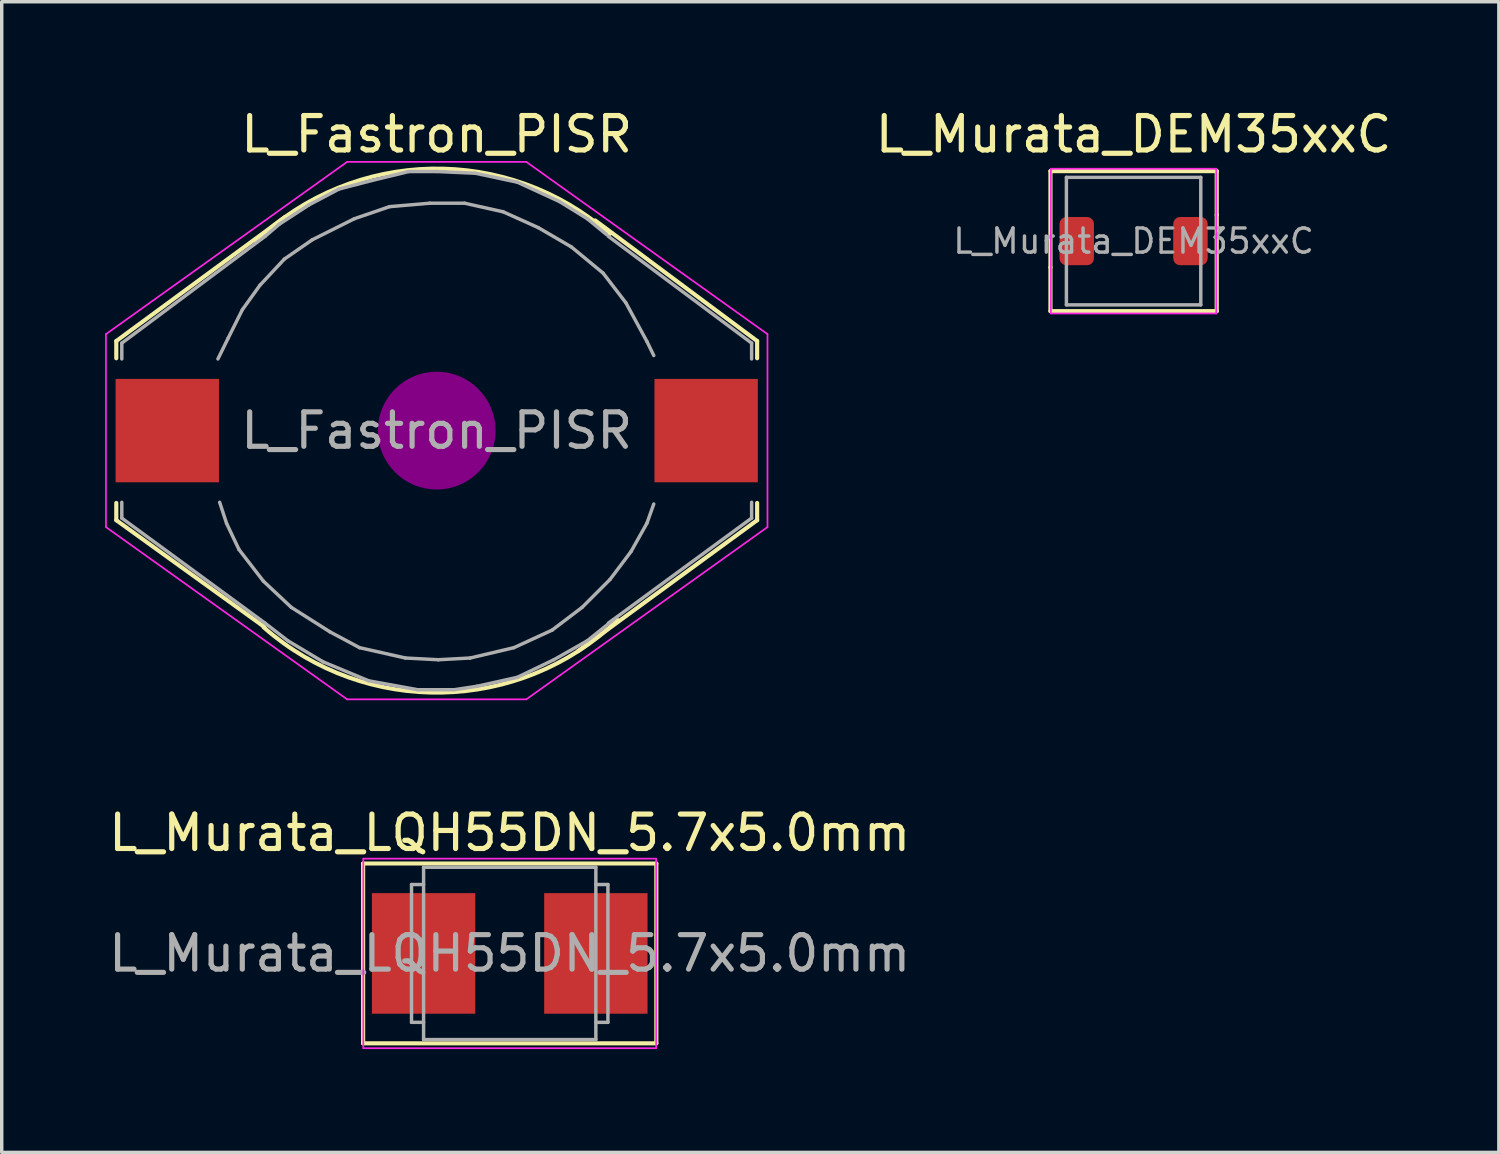
<source format=kicad_pcb>
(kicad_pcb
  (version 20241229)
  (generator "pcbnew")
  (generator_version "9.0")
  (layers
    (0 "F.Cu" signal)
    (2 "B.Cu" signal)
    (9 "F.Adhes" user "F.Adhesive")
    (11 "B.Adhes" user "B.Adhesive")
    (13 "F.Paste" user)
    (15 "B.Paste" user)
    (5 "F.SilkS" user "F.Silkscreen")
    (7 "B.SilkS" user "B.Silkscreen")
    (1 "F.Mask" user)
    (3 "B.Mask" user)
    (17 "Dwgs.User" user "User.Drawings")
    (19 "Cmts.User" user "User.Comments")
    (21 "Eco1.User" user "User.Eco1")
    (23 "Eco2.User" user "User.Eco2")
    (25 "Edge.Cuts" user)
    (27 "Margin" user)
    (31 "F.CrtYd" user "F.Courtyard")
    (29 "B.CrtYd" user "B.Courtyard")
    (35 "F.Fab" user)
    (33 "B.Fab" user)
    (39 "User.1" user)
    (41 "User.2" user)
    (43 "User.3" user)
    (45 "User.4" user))
  (footprint "L_Murata_LQH55DN_5.7x5.0mm"
    (layer "F.Cu")
    (at 11.744 24.622)
    (property "Reference" "L_Murata_LQH55DN_5.7x5.0mm" (at 0 -3.5 0) (layer "F.SilkS") (effects (font (size 1 1) (thickness 0.15))))
    (attr smd)
    (fp_line (start -4.255 -2.61) (end -4.255 2.61) (stroke (width 0.12) (type solid)) (layer "F.SilkS"))
    (fp_line (start -4.255 -2.61) (end 4.255 -2.61) (stroke (width 0.12) (type solid)) (layer "F.SilkS"))
    (fp_line (start -4.255 2.61) (end 4.255 2.61) (stroke (width 0.12) (type solid)) (layer "F.SilkS"))
    (fp_line (start 4.255 -2.61) (end 4.255 2.61) (stroke (width 0.12) (type solid)) (layer "F.SilkS"))
    (fp_line (start -4.25 -2.75) (end -4.25 2.75) (stroke (width 0.05) (type solid)) (layer "F.CrtYd"))
    (fp_line (start -4.25 2.75) (end 4.25 2.75) (stroke (width 0.05) (type solid)) (layer "F.CrtYd"))
    (fp_line (start 4.25 -2.75) (end -4.25 -2.75) (stroke (width 0.05) (type solid)) (layer "F.CrtYd"))
    (fp_line (start 4.25 2.75) (end 4.25 -2.75) (stroke (width 0.05) (type solid)) (layer "F.CrtYd"))
    (fp_line (start -2.85 -2) (end -2.85 2) (stroke (width 0.1) (type solid)) (layer "F.Fab"))
    (fp_line (start -2.85 -2) (end -2.5 -2) (stroke (width 0.1) (type solid)) (layer "F.Fab"))
    (fp_line (start -2.85 2) (end -2.5 2) (stroke (width 0.1) (type solid)) (layer "F.Fab"))
    (fp_line (start -2.5 -2.5) (end -2.5 2.5) (stroke (width 0.1) (type solid)) (layer "F.Fab"))
    (fp_line (start -2.5 -2.5) (end 2.5 -2.5) (stroke (width 0.1) (type solid)) (layer "F.Fab"))
    (fp_line (start -2.5 2.5) (end 2.5 2.5) (stroke (width 0.1) (type solid)) (layer "F.Fab"))
    (fp_line (start 2.5 -2.5) (end 2.5 2.5) (stroke (width 0.1) (type solid)) (layer "F.Fab"))
    (fp_line (start 2.85 -2) (end 2.5 -2) (stroke (width 0.1) (type solid)) (layer "F.Fab"))
    (fp_line (start 2.85 -2) (end 2.85 2) (stroke (width 0.1) (type solid)) (layer "F.Fab"))
    (fp_line (start 2.85 2) (end 2.5 2) (stroke (width 0.1) (type solid)) (layer "F.Fab"))
    (fp_text user "${REFERENCE}" (at 0 0 0) (layer "F.Fab") (effects (font (size 1 1) (thickness 0.15))))
    (pad "1" smd rect (at -2.5 0) (size 3 3.5) (layers "F.Cu" "F.Mask" "F.Paste"))
    (pad "2" smd rect (at 2.5 0) (size 3 3.5) (layers "F.Cu" "F.Mask" "F.Paste")))
  (footprint "L_Murata_DEM35xxC"
    (layer "F.Cu")
    (at 29.851 3.948)
    (property "Reference" "L_Murata_DEM35xxC" (at 0 -3.1 0) (layer "F.SilkS") (effects (font (size 1 1) (thickness 0.15))))
    (attr smd)
    (fp_line (start -2.413 -2.032) (end 2.413 -2.032) (stroke (width 0.12) (type solid)) (layer "F.SilkS"))
    (fp_line (start -2.413 0.762) (end -2.413 -2.032) (stroke (width 0.12) (type solid)) (layer "F.SilkS"))
    (fp_line (start -2.413 2.032) (end -2.413 0.762) (stroke (width 0.12) (type solid)) (layer "F.SilkS"))
    (fp_line (start 2.413 -2.032) (end 2.413 -0.762) (stroke (width 0.12) (type solid)) (layer "F.SilkS"))
    (fp_line (start 2.413 -0.762) (end 2.413 2.032) (stroke (width 0.12) (type solid)) (layer "F.SilkS"))
    (fp_line (start 2.413 2.032) (end -2.413 2.032) (stroke (width 0.12) (type solid)) (layer "F.SilkS"))
    (fp_line (start -2.4 -2.1) (end -2.4 2.1) (stroke (width 0.05) (type solid)) (layer "F.CrtYd"))
    (fp_line (start -2.4 2.1) (end 2.4 2.1) (stroke (width 0.05) (type solid)) (layer "F.CrtYd"))
    (fp_line (start 2.4 -2.1) (end -2.4 -2.1) (stroke (width 0.05) (type solid)) (layer "F.CrtYd"))
    (fp_line (start 2.4 2.1) (end 2.4 -2.1) (stroke (width 0.05) (type solid)) (layer "F.CrtYd"))
    (fp_line (start -1.95 -1.85) (end 1.95 -1.85) (stroke (width 0.1) (type solid)) (layer "F.Fab"))
    (fp_line (start -1.95 1.85) (end -1.95 -1.85) (stroke (width 0.1) (type solid)) (layer "F.Fab"))
    (fp_line (start 1.95 -1.85) (end 1.95 1.85) (stroke (width 0.1) (type solid)) (layer "F.Fab"))
    (fp_line (start 1.95 1.85) (end -1.95 1.85) (stroke (width 0.1) (type solid)) (layer "F.Fab"))
    (fp_text user "${REFERENCE}" (at 0 0 0) (layer "F.Fab") (effects (font (size 0.7 0.7) (thickness 0.1))))
    (pad "1" smd roundrect (at -1.65 0) (size 1 1.4) (layers "F.Cu" "F.Mask" "F.Paste") (roundrect_rratio 0.2))
    (pad "2" smd roundrect (at 1.65 0) (size 1 1.4) (layers "F.Cu" "F.Mask" "F.Paste") (roundrect_rratio 0.2)))
  (footprint "L_Fastron_PISR"
    (layer "F.Cu")
    (at 9.625 9.448)
    (property "Reference" "L_Fastron_PISR" (at 0 -8.6 0) (layer "F.SilkS") (effects (font (size 1 1) (thickness 0.15))))
    (attr smd)
    (fp_line (start -9.3 -2.6) (end -9.3 -2.1) (stroke (width 0.12) (type solid)) (layer "F.SilkS"))
    (fp_line (start -9.3 -2.6) (end -4.4 -6.2) (stroke (width 0.12) (type solid)) (layer "F.SilkS"))
    (fp_line (start -9.3 2.6) (end -9.3 2.1) (stroke (width 0.12) (type solid)) (layer "F.SilkS"))
    (fp_line (start -5 5.7) (end -9.3 2.6) (stroke (width 0.12) (type solid)) (layer "F.SilkS"))
    (fp_line (start 4.1 6.4) (end 9.3 2.6) (stroke (width 0.12) (type solid)) (layer "F.SilkS"))
    (fp_line (start 4.6 -6.1) (end 9.3 -2.6) (stroke (width 0.12) (type solid)) (layer "F.SilkS"))
    (fp_line (start 9.3 -2.6) (end 9.3 -2.1) (stroke (width 0.12) (type solid)) (layer "F.SilkS"))
    (fp_line (start 9.3 2.6) (end 9.3 2.1) (stroke (width 0.12) (type solid)) (layer "F.SilkS"))
    (fp_arc (start -5.25 -5.5) (mid -0.15496 -7.601874) (end 5.021503 -5.709379) (stroke (width 0.12) (type solid)) (layer "F.SilkS"))
    (fp_arc (start 5.25 5.5) (mid 0.15496 7.601874) (end -5.021503 5.709379) (stroke (width 0.12) (type solid)) (layer "F.SilkS"))
    (fp_line (start 0 -0.25) (end 0 0.25) (stroke (width 0.38) (type solid)) (layer "F.Adhes"))
    (fp_circle (center 0 0) (end 0 0.25) (stroke (width 0.38) (type solid)) (fill no) (layer "F.Adhes"))
    (fp_circle (center 0 0) (end 0 0.51) (stroke (width 0.38) (type solid)) (fill no) (layer "F.Adhes"))
    (fp_circle (center 0 0) (end 0 0.76) (stroke (width 0.38) (type solid)) (fill no) (layer "F.Adhes"))
    (fp_circle (center 0 0) (end 0 1.02) (stroke (width 0.38) (type solid)) (fill no) (layer "F.Adhes"))
    (fp_circle (center 0 0) (end 0 1.27) (stroke (width 0.38) (type solid)) (fill no) (layer "F.Adhes"))
    (fp_circle (center 0 0) (end 0 1.52) (stroke (width 0.38) (type solid)) (fill no) (layer "F.Adhes"))
    (fp_line (start -9.6 -2.8) (end -2.6 -7.8) (stroke (width 0.05) (type solid)) (layer "F.CrtYd"))
    (fp_line (start -9.6 2.8) (end -9.6 -2.8) (stroke (width 0.05) (type solid)) (layer "F.CrtYd"))
    (fp_line (start -2.6 -7.8) (end 2.6 -7.8) (stroke (width 0.05) (type solid)) (layer "F.CrtYd"))
    (fp_line (start -2.6 7.8) (end -9.6 2.8) (stroke (width 0.05) (type solid)) (layer "F.CrtYd"))
    (fp_line (start 2.6 -7.8) (end 9.6 -2.8) (stroke (width 0.05) (type solid)) (layer "F.CrtYd"))
    (fp_line (start 2.6 7.8) (end -2.6 7.8) (stroke (width 0.05) (type solid)) (layer "F.CrtYd"))
    (fp_line (start 9.6 -2.8) (end 9.6 2.8) (stroke (width 0.05) (type solid)) (layer "F.CrtYd"))
    (fp_line (start 9.6 2.8) (end 2.6 7.8) (stroke (width 0.05) (type solid)) (layer "F.CrtYd"))
    (fp_line (start -9.14 -2.54) (end -4.98 -5.64) (stroke (width 0.1) (type solid)) (layer "F.Fab"))
    (fp_line (start -9.14 -2.08) (end -9.14 -2.54) (stroke (width 0.1) (type solid)) (layer "F.Fab"))
    (fp_line (start -9.14 2.08) (end -9.14 2.54) (stroke (width 0.1) (type solid)) (layer "F.Fab"))
    (fp_line (start -9.14 2.54) (end -4.98 5.59) (stroke (width 0.1) (type solid)) (layer "F.Fab"))
    (fp_line (start -6.35 -2.08) (end -6.05 -2.69) (stroke (width 0.1) (type solid)) (layer "F.Fab"))
    (fp_line (start -6.3 2.08) (end -6.1 2.69) (stroke (width 0.1) (type solid)) (layer "F.Fab"))
    (fp_line (start -6.1 2.69) (end -5.74 3.45) (stroke (width 0.1) (type solid)) (layer "F.Fab"))
    (fp_line (start -6.05 -2.69) (end -5.64 -3.51) (stroke (width 0.1) (type solid)) (layer "F.Fab"))
    (fp_line (start -5.74 3.45) (end -5.03 4.37) (stroke (width 0.1) (type solid)) (layer "F.Fab"))
    (fp_line (start -5.64 -3.51) (end -5.13 -4.22) (stroke (width 0.1) (type solid)) (layer "F.Fab"))
    (fp_line (start -5.13 -4.22) (end -4.42 -4.98) (stroke (width 0.1) (type solid)) (layer "F.Fab"))
    (fp_line (start -5.03 4.37) (end -4.22 5.13) (stroke (width 0.1) (type solid)) (layer "F.Fab"))
    (fp_line (start -4.98 -5.64) (end -4.57 -5.99) (stroke (width 0.1) (type solid)) (layer "F.Fab"))
    (fp_line (start -4.98 5.59) (end -4.32 6.1) (stroke (width 0.1) (type solid)) (layer "F.Fab"))
    (fp_line (start -4.57 -5.99) (end -3.71 -6.55) (stroke (width 0.1) (type solid)) (layer "F.Fab"))
    (fp_line (start -4.42 -4.98) (end -3.61 -5.54) (stroke (width 0.1) (type solid)) (layer "F.Fab"))
    (fp_line (start -4.32 6.1) (end -3.3 6.71) (stroke (width 0.1) (type solid)) (layer "F.Fab"))
    (fp_line (start -4.22 5.13) (end -3.1 5.84) (stroke (width 0.1) (type solid)) (layer "F.Fab"))
    (fp_line (start -3.71 -6.55) (end -2.84 -7.01) (stroke (width 0.1) (type solid)) (layer "F.Fab"))
    (fp_line (start -3.61 -5.54) (end -2.39 -6.15) (stroke (width 0.1) (type solid)) (layer "F.Fab"))
    (fp_line (start -3.3 6.71) (end -1.98 7.26) (stroke (width 0.1) (type solid)) (layer "F.Fab"))
    (fp_line (start -3.1 5.84) (end -2.24 6.3) (stroke (width 0.1) (type solid)) (layer "F.Fab"))
    (fp_line (start -2.84 -7.01) (end -1.88 -7.26) (stroke (width 0.1) (type solid)) (layer "F.Fab"))
    (fp_line (start -2.39 -6.15) (end -1.37 -6.5) (stroke (width 0.1) (type solid)) (layer "F.Fab"))
    (fp_line (start -2.24 6.3) (end -0.91 6.6) (stroke (width 0.1) (type solid)) (layer "F.Fab"))
    (fp_line (start -1.98 7.26) (end -0.56 7.52) (stroke (width 0.1) (type solid)) (layer "F.Fab"))
    (fp_line (start -1.88 -7.26) (end -0.81 -7.52) (stroke (width 0.1) (type solid)) (layer "F.Fab"))
    (fp_line (start -1.37 -6.5) (end -0.2 -6.6) (stroke (width 0.1) (type solid)) (layer "F.Fab"))
    (fp_line (start -0.91 6.6) (end 0.05 6.65) (stroke (width 0.1) (type solid)) (layer "F.Fab"))
    (fp_line (start -0.81 -7.52) (end 0 -7.52) (stroke (width 0.1) (type solid)) (layer "F.Fab"))
    (fp_line (start -0.56 7.52) (end 0.51 7.52) (stroke (width 0.1) (type solid)) (layer "F.Fab"))
    (fp_line (start -0.2 -6.6) (end 0.81 -6.6) (stroke (width 0.1) (type solid)) (layer "F.Fab"))
    (fp_line (start 0 -7.52) (end 1.12 -7.47) (stroke (width 0.1) (type solid)) (layer "F.Fab"))
    (fp_line (start 0.05 6.65) (end 0.97 6.6) (stroke (width 0.1) (type solid)) (layer "F.Fab"))
    (fp_line (start 0.51 7.52) (end 1.17 7.42) (stroke (width 0.1) (type solid)) (layer "F.Fab"))
    (fp_line (start 0.81 -6.6) (end 1.93 -6.35) (stroke (width 0.1) (type solid)) (layer "F.Fab"))
    (fp_line (start 0.97 6.6) (end 2.24 6.3) (stroke (width 0.1) (type solid)) (layer "F.Fab"))
    (fp_line (start 1.12 -7.47) (end 2.34 -7.21) (stroke (width 0.1) (type solid)) (layer "F.Fab"))
    (fp_line (start 1.17 7.42) (end 2.34 7.16) (stroke (width 0.1) (type solid)) (layer "F.Fab"))
    (fp_line (start 1.93 -6.35) (end 2.95 -5.89) (stroke (width 0.1) (type solid)) (layer "F.Fab"))
    (fp_line (start 2.24 6.3) (end 3.35 5.79) (stroke (width 0.1) (type solid)) (layer "F.Fab"))
    (fp_line (start 2.34 -7.21) (end 3.56 -6.65) (stroke (width 0.1) (type solid)) (layer "F.Fab"))
    (fp_line (start 2.34 7.16) (end 3.4 6.65) (stroke (width 0.1) (type solid)) (layer "F.Fab"))
    (fp_line (start 2.95 -5.89) (end 3.91 -5.33) (stroke (width 0.1) (type solid)) (layer "F.Fab"))
    (fp_line (start 3.35 5.79) (end 4.22 5.13) (stroke (width 0.1) (type solid)) (layer "F.Fab"))
    (fp_line (start 3.4 6.65) (end 4.37 6.1) (stroke (width 0.1) (type solid)) (layer "F.Fab"))
    (fp_line (start 3.56 -6.65) (end 4.37 -6.15) (stroke (width 0.1) (type solid)) (layer "F.Fab"))
    (fp_line (start 3.91 -5.33) (end 4.83 -4.57) (stroke (width 0.1) (type solid)) (layer "F.Fab"))
    (fp_line (start 4.22 5.13) (end 5.03 4.32) (stroke (width 0.1) (type solid)) (layer "F.Fab"))
    (fp_line (start 4.37 -6.15) (end 4.93 -5.69) (stroke (width 0.1) (type solid)) (layer "F.Fab"))
    (fp_line (start 4.37 6.1) (end 5.13 5.49) (stroke (width 0.1) (type solid)) (layer "F.Fab"))
    (fp_line (start 4.83 -4.57) (end 5.49 -3.71) (stroke (width 0.1) (type solid)) (layer "F.Fab"))
    (fp_line (start 5.03 4.32) (end 5.64 3.51) (stroke (width 0.1) (type solid)) (layer "F.Fab"))
    (fp_line (start 5.49 -3.71) (end 6.1 -2.59) (stroke (width 0.1) (type solid)) (layer "F.Fab"))
    (fp_line (start 5.64 3.51) (end 6.1 2.69) (stroke (width 0.1) (type solid)) (layer "F.Fab"))
    (fp_line (start 6.1 -2.59) (end 6.3 -2.18) (stroke (width 0.1) (type solid)) (layer "F.Fab"))
    (fp_line (start 6.1 2.69) (end 6.3 2.13) (stroke (width 0.1) (type solid)) (layer "F.Fab"))
    (fp_line (start 9.14 -2.54) (end 4.98 -5.64) (stroke (width 0.1) (type solid)) (layer "F.Fab"))
    (fp_line (start 9.14 -2.08) (end 9.14 -2.54) (stroke (width 0.1) (type solid)) (layer "F.Fab"))
    (fp_line (start 9.14 2.08) (end 9.14 2.54) (stroke (width 0.1) (type solid)) (layer "F.Fab"))
    (fp_line (start 9.14 2.54) (end 4.98 5.59) (stroke (width 0.1) (type solid)) (layer "F.Fab"))
    (fp_text user "${REFERENCE}" (at 0 0 0) (layer "F.Fab") (effects (font (size 1 1) (thickness 0.15))))
    (pad "1" smd rect (at 7.82 0) (size 3 3) (layers "F.Cu" "F.Mask" "F.Paste"))
    (pad "2" smd rect (at -7.82 0) (size 3 3) (layers "F.Cu" "F.Mask" "F.Paste")))
  (gr_rect
    (start -3 -3)
    (end 40.452 30.396)
    (stroke (width 0.1) (type default))
    (fill no)
    (layer "Edge.Cuts")))
</source>
